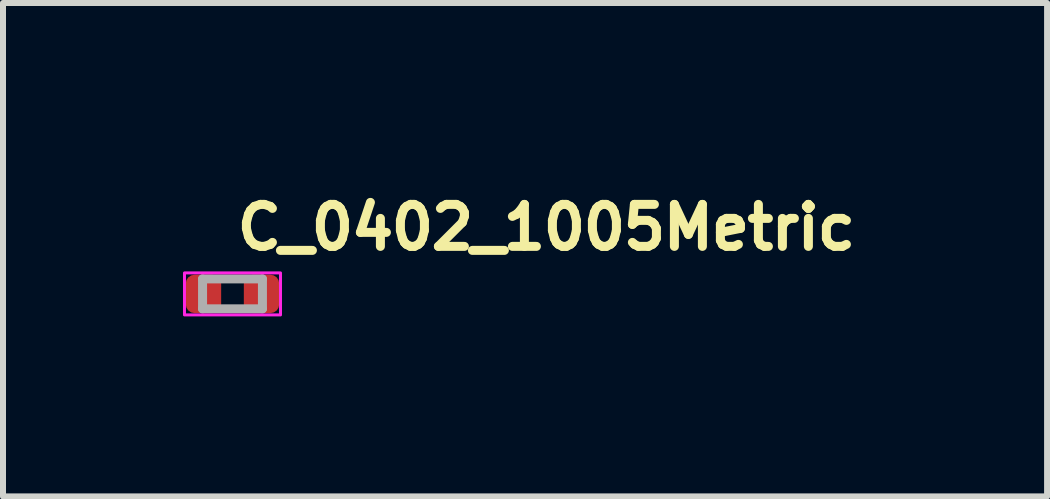
<source format=kicad_pcb>
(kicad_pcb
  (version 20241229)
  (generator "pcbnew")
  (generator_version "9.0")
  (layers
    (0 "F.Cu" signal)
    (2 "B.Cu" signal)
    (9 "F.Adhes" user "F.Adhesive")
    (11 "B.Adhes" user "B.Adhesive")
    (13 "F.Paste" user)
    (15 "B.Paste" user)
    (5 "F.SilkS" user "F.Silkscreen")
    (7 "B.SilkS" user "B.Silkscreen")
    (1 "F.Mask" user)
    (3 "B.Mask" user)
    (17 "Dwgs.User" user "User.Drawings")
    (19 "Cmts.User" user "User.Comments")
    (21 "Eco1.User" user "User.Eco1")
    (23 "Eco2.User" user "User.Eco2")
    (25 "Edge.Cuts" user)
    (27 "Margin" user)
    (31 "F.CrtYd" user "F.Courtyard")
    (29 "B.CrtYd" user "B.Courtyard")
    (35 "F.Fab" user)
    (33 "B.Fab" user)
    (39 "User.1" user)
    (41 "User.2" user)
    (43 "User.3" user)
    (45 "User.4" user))
  (footprint "C_0402_1005Metric"
    (layer "F.Cu")
    (at 0.825 1.849)
    (property "Reference" "C_0402_1005Metric" (at 0 -0.699 0) (layer "F.SilkS") (effects (font (size 0.7 0.7) (thickness 0.15)) (justify left bottom)))
    (attr smd)
    (fp_rect (start -0.8 -0.35) (end 0.8 0.35) (stroke (width 0.05) (type solid)) (fill no) (layer "F.CrtYd"))
    (fp_line (start -0.499 -0.25) (end 0.499 -0.25) (stroke (width 0.15) (type solid)) (layer "F.Fab"))
    (fp_line (start -0.499 0.248) (end -0.499 -0.25) (stroke (width 0.15) (type solid)) (layer "F.Fab"))
    (fp_line (start 0.499 -0.25) (end 0.499 0.248) (stroke (width 0.15) (type solid)) (layer "F.Fab"))
    (fp_line (start 0.499 0.248) (end -0.499 0.248) (stroke (width 0.15) (type solid)) (layer "F.Fab"))
    (fp_line (start -0.499 -0.244) (end -0.499 -0.243) (stroke (width 0.1) (type solid)) (layer "User.5"))
    (fp_line (start -0.499 -0.243) (end -0.499 -0.243) (stroke (width 0.1) (type solid)) (layer "User.5"))
    (fp_line (start -0.499 -0.243) (end -0.499 -0.242) (stroke (width 0.1) (type solid)) (layer "User.5"))
    (fp_line (start -0.499 -0.242) (end -0.499 -0.242) (stroke (width 0.1) (type solid)) (layer "User.5"))
    (fp_line (start -0.499 -0.242) (end -0.499 -0.242) (stroke (width 0.1) (type solid)) (layer "User.5"))
    (fp_line (start -0.499 -0.242) (end -0.499 -0.241) (stroke (width 0.1) (type solid)) (layer "User.5"))
    (fp_line (start -0.499 -0.241) (end -0.499 -0.241) (stroke (width 0.1) (type solid)) (layer "User.5"))
    (fp_line (start -0.499 -0.241) (end -0.499 -0.24) (stroke (width 0.1) (type solid)) (layer "User.5"))
    (fp_line (start -0.499 -0.24) (end -0.499 -0.238) (stroke (width 0.1) (type solid)) (layer "User.5"))
    (fp_line (start -0.499 -0.238) (end -0.499 -0.238) (stroke (width 0.1) (type solid)) (layer "User.5"))
    (fp_line (start -0.499 -0.238) (end -0.499 -0.238) (stroke (width 0.1) (type solid)) (layer "User.5"))
    (fp_line (start -0.499 -0.238) (end -0.499 -0.238) (stroke (width 0.1) (type solid)) (layer "User.5"))
    (fp_line (start -0.499 0.24) (end -0.499 -0.238) (stroke (width 0.1) (type solid)) (layer "User.5"))
    (fp_line (start -0.499 0.24) (end -0.499 0.24) (stroke (width 0.1) (type solid)) (layer "User.5"))
    (fp_line (start -0.499 0.24) (end -0.499 0.24) (stroke (width 0.1) (type solid)) (layer "User.5"))
    (fp_line (start -0.499 0.24) (end -0.499 0.24) (stroke (width 0.1) (type solid)) (layer "User.5"))
    (fp_line (start -0.499 0.24) (end -0.499 0.24) (stroke (width 0.1) (type solid)) (layer "User.5"))
    (fp_line (start -0.499 0.24) (end -0.499 0.24) (stroke (width 0.1) (type solid)) (layer "User.5"))
    (fp_line (start -0.499 0.24) (end -0.499 0.241) (stroke (width 0.1) (type solid)) (layer "User.5"))
    (fp_line (start -0.499 0.241) (end -0.499 0.241) (stroke (width 0.1) (type solid)) (layer "User.5"))
    (fp_line (start -0.499 0.241) (end -0.499 0.241) (stroke (width 0.1) (type solid)) (layer "User.5"))
    (fp_line (start -0.499 0.241) (end -0.499 0.242) (stroke (width 0.1) (type solid)) (layer "User.5"))
    (fp_line (start -0.499 0.242) (end -0.499 0.242) (stroke (width 0.1) (type solid)) (layer "User.5"))
    (fp_line (start -0.499 0.242) (end -0.499 0.243) (stroke (width 0.1) (type solid)) (layer "User.5"))
    (fp_line (start -0.499 0.243) (end -0.498 0.243) (stroke (width 0.1) (type solid)) (layer "User.5"))
    (fp_line (start -0.498 -0.245) (end -0.498 -0.245) (stroke (width 0.1) (type solid)) (layer "User.5"))
    (fp_line (start -0.498 -0.245) (end -0.498 -0.245) (stroke (width 0.1) (type solid)) (layer "User.5"))
    (fp_line (start -0.498 -0.245) (end -0.498 -0.244) (stroke (width 0.1) (type solid)) (layer "User.5"))
    (fp_line (start -0.498 -0.244) (end -0.499 -0.244) (stroke (width 0.1) (type solid)) (layer "User.5"))
    (fp_line (start -0.498 0.243) (end -0.498 0.244) (stroke (width 0.1) (type solid)) (layer "User.5"))
    (fp_line (start -0.498 0.244) (end -0.498 0.244) (stroke (width 0.1) (type solid)) (layer "User.5"))
    (fp_line (start -0.498 0.244) (end -0.498 0.244) (stroke (width 0.1) (type solid)) (layer "User.5"))
    (fp_line (start -0.498 0.244) (end -0.497 0.245) (stroke (width 0.1) (type solid)) (layer "User.5"))
    (fp_line (start -0.497 -0.247) (end -0.497 -0.246) (stroke (width 0.1) (type solid)) (layer "User.5"))
    (fp_line (start -0.497 -0.246) (end -0.498 -0.245) (stroke (width 0.1) (type solid)) (layer "User.5"))
    (fp_line (start -0.497 -0.246) (end -0.497 -0.246) (stroke (width 0.1) (type solid)) (layer "User.5"))
    (fp_line (start -0.497 0.245) (end -0.497 0.245) (stroke (width 0.1) (type solid)) (layer "User.5"))
    (fp_line (start -0.497 0.245) (end -0.497 0.246) (stroke (width 0.1) (type solid)) (layer "User.5"))
    (fp_line (start -0.497 0.246) (end -0.496 0.246) (stroke (width 0.1) (type solid)) (layer "User.5"))
    (fp_line (start -0.496 -0.247) (end -0.497 -0.247) (stroke (width 0.1) (type solid)) (layer "User.5"))
    (fp_line (start -0.496 -0.247) (end -0.496 -0.247) (stroke (width 0.1) (type solid)) (layer "User.5"))
    (fp_line (start -0.496 0.246) (end -0.496 0.246) (stroke (width 0.1) (type solid)) (layer "User.5"))
    (fp_line (start -0.496 0.246) (end -0.495 0.247) (stroke (width 0.1) (type solid)) (layer "User.5"))
    (fp_line (start -0.495 -0.248) (end -0.496 -0.247) (stroke (width 0.1) (type solid)) (layer "User.5"))
    (fp_line (start -0.495 -0.248) (end -0.495 -0.248) (stroke (width 0.1) (type solid)) (layer "User.5"))
    (fp_line (start -0.495 -0.248) (end -0.495 -0.248) (stroke (width 0.1) (type solid)) (layer "User.5"))
    (fp_line (start -0.495 0.247) (end -0.495 0.247) (stroke (width 0.1) (type solid)) (layer "User.5"))
    (fp_line (start -0.495 0.247) (end -0.495 0.247) (stroke (width 0.1) (type solid)) (layer "User.5"))
    (fp_line (start -0.495 0.247) (end -0.494 0.247) (stroke (width 0.1) (type solid)) (layer "User.5"))
    (fp_line (start -0.494 -0.249) (end -0.494 -0.248) (stroke (width 0.1) (type solid)) (layer "User.5"))
    (fp_line (start -0.494 -0.248) (end -0.495 -0.248) (stroke (width 0.1) (type solid)) (layer "User.5"))
    (fp_line (start -0.494 0.247) (end -0.494 0.248) (stroke (width 0.1) (type solid)) (layer "User.5"))
    (fp_line (start -0.494 0.248) (end -0.493 0.248) (stroke (width 0.1) (type solid)) (layer "User.5"))
    (fp_line (start -0.493 -0.249) (end -0.494 -0.249) (stroke (width 0.1) (type solid)) (layer "User.5"))
    (fp_line (start -0.493 -0.249) (end -0.493 -0.249) (stroke (width 0.1) (type solid)) (layer "User.5"))
    (fp_line (start -0.493 0.248) (end -0.493 0.248) (stroke (width 0.1) (type solid)) (layer "User.5"))
    (fp_line (start -0.493 0.248) (end -0.492 0.248) (stroke (width 0.1) (type solid)) (layer "User.5"))
    (fp_line (start -0.492 -0.249) (end -0.493 -0.249) (stroke (width 0.1) (type solid)) (layer "User.5"))
    (fp_line (start -0.492 -0.249) (end -0.492 -0.249) (stroke (width 0.1) (type solid)) (layer "User.5"))
    (fp_line (start -0.492 -0.249) (end -0.492 -0.249) (stroke (width 0.1) (type solid)) (layer "User.5"))
    (fp_line (start -0.492 0.248) (end -0.492 0.248) (stroke (width 0.1) (type solid)) (layer "User.5"))
    (fp_line (start -0.492 0.248) (end -0.492 0.248) (stroke (width 0.1) (type solid)) (layer "User.5"))
    (fp_line (start -0.492 0.248) (end -0.491 0.248) (stroke (width 0.1) (type solid)) (layer "User.5"))
    (fp_line (start -0.491 -0.249) (end -0.492 -0.249) (stroke (width 0.1) (type solid)) (layer "User.5"))
    (fp_line (start -0.491 -0.249) (end -0.491 -0.249) (stroke (width 0.1) (type solid)) (layer "User.5"))
    (fp_line (start -0.491 0.248) (end -0.491 0.248) (stroke (width 0.1) (type solid)) (layer "User.5"))
    (fp_line (start -0.491 0.248) (end -0.49 0.248) (stroke (width 0.1) (type solid)) (layer "User.5"))
    (fp_line (start -0.489 -0.249) (end -0.299 -0.249) (stroke (width 0.1) (type solid)) (layer "User.5"))
    (fp_line (start -0.299 -0.249) (end -0.299 -0.238) (stroke (width 0.1) (type solid)) (layer "User.5"))
    (fp_line (start -0.299 -0.238) (end -0.299 0.24) (stroke (width 0.1) (type solid)) (layer "User.5"))
    (fp_line (start -0.299 -0.238) (end 0.298 -0.238) (stroke (width 0.1) (type solid)) (layer "User.5"))
    (fp_line (start -0.299 0.24) (end -0.299 0.248) (stroke (width 0.1) (type solid)) (layer "User.5"))
    (fp_line (start -0.299 0.24) (end 0.298 0.24) (stroke (width 0.1) (type solid)) (layer "User.5"))
    (fp_line (start -0.299 0.248) (end -0.489 0.248) (stroke (width 0.1) (type solid)) (layer "User.5"))
    (fp_line (start 0.298 -0.249) (end 0.298 -0.238) (stroke (width 0.1) (type solid)) (layer "User.5"))
    (fp_line (start 0.298 -0.238) (end 0.298 0.24) (stroke (width 0.1) (type solid)) (layer "User.5"))
    (fp_line (start 0.298 0.24) (end 0.298 0.248) (stroke (width 0.1) (type solid)) (layer "User.5"))
    (fp_line (start 0.298 0.248) (end 0.488 0.248) (stroke (width 0.1) (type solid)) (layer "User.5"))
    (fp_line (start 0.488 -0.249) (end 0.298 -0.249) (stroke (width 0.1) (type solid)) (layer "User.5"))
    (fp_line (start 0.49 0.248) (end 0.491 0.248) (stroke (width 0.1) (type solid)) (layer "User.5"))
    (fp_line (start 0.491 -0.249) (end 0.49 -0.249) (stroke (width 0.1) (type solid)) (layer "User.5"))
    (fp_line (start 0.491 -0.249) (end 0.491 -0.249) (stroke (width 0.1) (type solid)) (layer "User.5"))
    (fp_line (start 0.491 -0.249) (end 0.491 -0.249) (stroke (width 0.1) (type solid)) (layer "User.5"))
    (fp_line (start 0.491 0.248) (end 0.491 0.248) (stroke (width 0.1) (type solid)) (layer "User.5"))
    (fp_line (start 0.491 0.248) (end 0.491 0.248) (stroke (width 0.1) (type solid)) (layer "User.5"))
    (fp_line (start 0.491 0.248) (end 0.492 0.248) (stroke (width 0.1) (type solid)) (layer "User.5"))
    (fp_line (start 0.492 -0.249) (end 0.491 -0.249) (stroke (width 0.1) (type solid)) (layer "User.5"))
    (fp_line (start 0.492 -0.249) (end 0.492 -0.249) (stroke (width 0.1) (type solid)) (layer "User.5"))
    (fp_line (start 0.492 0.248) (end 0.492 0.248) (stroke (width 0.1) (type solid)) (layer "User.5"))
    (fp_line (start 0.492 0.248) (end 0.493 0.248) (stroke (width 0.1) (type solid)) (layer "User.5"))
    (fp_line (start 0.493 -0.249) (end 0.492 -0.249) (stroke (width 0.1) (type solid)) (layer "User.5"))
    (fp_line (start 0.493 -0.248) (end 0.493 -0.249) (stroke (width 0.1) (type solid)) (layer "User.5"))
    (fp_line (start 0.493 0.247) (end 0.494 0.247) (stroke (width 0.1) (type solid)) (layer "User.5"))
    (fp_line (start 0.493 0.248) (end 0.493 0.247) (stroke (width 0.1) (type solid)) (layer "User.5"))
    (fp_line (start 0.494 -0.248) (end 0.493 -0.248) (stroke (width 0.1) (type solid)) (layer "User.5"))
    (fp_line (start 0.494 -0.248) (end 0.494 -0.248) (stroke (width 0.1) (type solid)) (layer "User.5"))
    (fp_line (start 0.494 -0.248) (end 0.494 -0.248) (stroke (width 0.1) (type solid)) (layer "User.5"))
    (fp_line (start 0.494 0.247) (end 0.494 0.247) (stroke (width 0.1) (type solid)) (layer "User.5"))
    (fp_line (start 0.494 0.247) (end 0.494 0.247) (stroke (width 0.1) (type solid)) (layer "User.5"))
    (fp_line (start 0.494 0.247) (end 0.495 0.246) (stroke (width 0.1) (type solid)) (layer "User.5"))
    (fp_line (start 0.495 -0.247) (end 0.494 -0.248) (stroke (width 0.1) (type solid)) (layer "User.5"))
    (fp_line (start 0.495 -0.247) (end 0.495 -0.247) (stroke (width 0.1) (type solid)) (layer "User.5"))
    (fp_line (start 0.495 0.246) (end 0.495 0.246) (stroke (width 0.1) (type solid)) (layer "User.5"))
    (fp_line (start 0.495 0.246) (end 0.496 0.246) (stroke (width 0.1) (type solid)) (layer "User.5"))
    (fp_line (start 0.496 -0.247) (end 0.495 -0.247) (stroke (width 0.1) (type solid)) (layer "User.5"))
    (fp_line (start 0.496 -0.246) (end 0.496 -0.247) (stroke (width 0.1) (type solid)) (layer "User.5"))
    (fp_line (start 0.496 -0.246) (end 0.496 -0.246) (stroke (width 0.1) (type solid)) (layer "User.5"))
    (fp_line (start 0.496 0.245) (end 0.496 0.245) (stroke (width 0.1) (type solid)) (layer "User.5"))
    (fp_line (start 0.496 0.245) (end 0.497 0.244) (stroke (width 0.1) (type solid)) (layer "User.5"))
    (fp_line (start 0.496 0.246) (end 0.496 0.245) (stroke (width 0.1) (type solid)) (layer "User.5"))
    (fp_line (start 0.497 -0.245) (end 0.496 -0.246) (stroke (width 0.1) (type solid)) (layer "User.5"))
    (fp_line (start 0.497 -0.245) (end 0.497 -0.245) (stroke (width 0.1) (type solid)) (layer "User.5"))
    (fp_line (start 0.497 -0.245) (end 0.497 -0.245) (stroke (width 0.1) (type solid)) (layer "User.5"))
    (fp_line (start 0.497 -0.244) (end 0.497 -0.245) (stroke (width 0.1) (type solid)) (layer "User.5"))
    (fp_line (start 0.497 0.243) (end 0.498 0.243) (stroke (width 0.1) (type solid)) (layer "User.5"))
    (fp_line (start 0.497 0.244) (end 0.497 0.243) (stroke (width 0.1) (type solid)) (layer "User.5"))
    (fp_line (start 0.497 0.244) (end 0.497 0.244) (stroke (width 0.1) (type solid)) (layer "User.5"))
    (fp_line (start 0.497 0.244) (end 0.497 0.244) (stroke (width 0.1) (type solid)) (layer "User.5"))
    (fp_line (start 0.498 -0.244) (end 0.497 -0.244) (stroke (width 0.1) (type solid)) (layer "User.5"))
    (fp_line (start 0.498 -0.243) (end 0.498 -0.244) (stroke (width 0.1) (type solid)) (layer "User.5"))
    (fp_line (start 0.498 -0.243) (end 0.498 -0.243) (stroke (width 0.1) (type solid)) (layer "User.5"))
    (fp_line (start 0.498 -0.242) (end 0.498 -0.243) (stroke (width 0.1) (type solid)) (layer "User.5"))
    (fp_line (start 0.498 -0.242) (end 0.498 -0.242) (stroke (width 0.1) (type solid)) (layer "User.5"))
    (fp_line (start 0.498 -0.242) (end 0.498 -0.242) (stroke (width 0.1) (type solid)) (layer "User.5"))
    (fp_line (start 0.498 -0.241) (end 0.498 -0.242) (stroke (width 0.1) (type solid)) (layer "User.5"))
    (fp_line (start 0.498 -0.241) (end 0.498 -0.241) (stroke (width 0.1) (type solid)) (layer "User.5"))
    (fp_line (start 0.498 -0.24) (end 0.498 -0.241) (stroke (width 0.1) (type solid)) (layer "User.5"))
    (fp_line (start 0.498 0.24) (end 0.498 -0.238) (stroke (width 0.1) (type solid)) (layer "User.5"))
    (fp_line (start 0.498 0.24) (end 0.498 0.24) (stroke (width 0.1) (type solid)) (layer "User.5"))
    (fp_line (start 0.498 0.241) (end 0.498 0.24) (stroke (width 0.1) (type solid)) (layer "User.5"))
    (fp_line (start 0.498 0.241) (end 0.498 0.241) (stroke (width 0.1) (type solid)) (layer "User.5"))
    (fp_line (start 0.498 0.241) (end 0.498 0.241) (stroke (width 0.1) (type solid)) (layer "User.5"))
    (fp_line (start 0.498 0.242) (end 0.498 0.241) (stroke (width 0.1) (type solid)) (layer "User.5"))
    (fp_line (start 0.498 0.242) (end 0.498 0.242) (stroke (width 0.1) (type solid)) (layer "User.5"))
    (fp_line (start 0.498 0.243) (end 0.498 0.242) (stroke (width 0.1) (type solid)) (layer "User.5"))
    (fp_line (start -0.499 -0.244) (end -0.499 -0.243) (stroke (width 0.02) (type solid)) (layer "User.9"))
    (fp_line (start -0.499 -0.243) (end -0.499 -0.243) (stroke (width 0.02) (type solid)) (layer "User.9"))
    (fp_line (start -0.499 -0.243) (end -0.499 -0.242) (stroke (width 0.02) (type solid)) (layer "User.9"))
    (fp_line (start -0.499 -0.242) (end -0.499 -0.242) (stroke (width 0.02) (type solid)) (layer "User.9"))
    (fp_line (start -0.499 -0.242) (end -0.499 -0.242) (stroke (width 0.02) (type solid)) (layer "User.9"))
    (fp_line (start -0.499 -0.242) (end -0.499 -0.241) (stroke (width 0.02) (type solid)) (layer "User.9"))
    (fp_line (start -0.499 -0.241) (end -0.499 -0.241) (stroke (width 0.02) (type solid)) (layer "User.9"))
    (fp_line (start -0.499 -0.241) (end -0.499 -0.24) (stroke (width 0.02) (type solid)) (layer "User.9"))
    (fp_line (start -0.499 -0.24) (end -0.499 -0.238) (stroke (width 0.02) (type solid)) (layer "User.9"))
    (fp_line (start -0.499 -0.238) (end -0.499 -0.238) (stroke (width 0.02) (type solid)) (layer "User.9"))
    (fp_line (start -0.499 -0.238) (end -0.499 -0.238) (stroke (width 0.02) (type solid)) (layer "User.9"))
    (fp_line (start -0.499 -0.238) (end -0.499 -0.238) (stroke (width 0.02) (type solid)) (layer "User.9"))
    (fp_line (start -0.499 -0.238) (end -0.499 -0.238) (stroke (width 0.02) (type solid)) (layer "User.9"))
    (fp_line (start -0.499 -0.238) (end -0.499 -0.238) (stroke (width 0.02) (type solid)) (layer "User.9"))
    (fp_line (start -0.499 -0.238) (end -0.499 -0.238) (stroke (width 0.02) (type solid)) (layer "User.9"))
    (fp_line (start -0.499 -0.238) (end -0.499 -0.238) (stroke (width 0.02) (type solid)) (layer "User.9"))
    (fp_line (start -0.499 -0.238) (end -0.499 -0.237) (stroke (width 0.02) (type solid)) (layer "User.9"))
    (fp_line (start -0.499 -0.237) (end -0.499 -0.237) (stroke (width 0.02) (type solid)) (layer "User.9"))
    (fp_line (start -0.499 -0.237) (end -0.499 -0.236) (stroke (width 0.02) (type solid)) (layer "User.9"))
    (fp_line (start -0.499 -0.236) (end -0.498 -0.236) (stroke (width 0.02) (type solid)) (layer "User.9"))
    (fp_line (start -0.499 0.235) (end -0.499 0.236) (stroke (width 0.02) (type solid)) (layer "User.9"))
    (fp_line (start -0.499 0.236) (end -0.499 0.236) (stroke (width 0.02) (type solid)) (layer "User.9"))
    (fp_line (start -0.499 0.236) (end -0.499 0.237) (stroke (width 0.02) (type solid)) (layer "User.9"))
    (fp_line (start -0.499 0.237) (end -0.499 0.237) (stroke (width 0.02) (type solid)) (layer "User.9"))
    (fp_line (start -0.499 0.237) (end -0.499 0.237) (stroke (width 0.02) (type solid)) (layer "User.9"))
    (fp_line (start -0.499 0.237) (end -0.499 0.238) (stroke (width 0.02) (type solid)) (layer "User.9"))
    (fp_line (start -0.499 0.238) (end -0.499 0.238) (stroke (width 0.02) (type solid)) (layer "User.9"))
    (fp_line (start -0.499 0.238) (end -0.499 0.24) (stroke (width 0.02) (type solid)) (layer "User.9"))
    (fp_line (start -0.499 0.24) (end -0.499 -0.238) (stroke (width 0.02) (type solid)) (layer "User.9"))
    (fp_line (start -0.499 0.24) (end -0.499 0.24) (stroke (width 0.02) (type solid)) (layer "User.9"))
    (fp_line (start -0.499 0.24) (end -0.499 0.24) (stroke (width 0.02) (type solid)) (layer "User.9"))
    (fp_line (start -0.499 0.24) (end -0.499 0.24) (stroke (width 0.02) (type solid)) (layer "User.9"))
    (fp_line (start -0.499 0.24) (end -0.499 0.24) (stroke (width 0.02) (type solid)) (layer "User.9"))
    (fp_line (start -0.499 0.24) (end -0.499 0.24) (stroke (width 0.02) (type solid)) (layer "User.9"))
    (fp_line (start -0.499 0.24) (end -0.499 0.241) (stroke (width 0.02) (type solid)) (layer "User.9"))
    (fp_line (start -0.499 0.241) (end -0.499 0.241) (stroke (width 0.02) (type solid)) (layer "User.9"))
    (fp_line (start -0.499 0.241) (end -0.499 0.241) (stroke (width 0.02) (type solid)) (layer "User.9"))
    (fp_line (start -0.499 0.241) (end -0.499 0.242) (stroke (width 0.02) (type solid)) (layer "User.9"))
    (fp_line (start -0.499 0.242) (end -0.499 0.242) (stroke (width 0.02) (type solid)) (layer "User.9"))
    (fp_line (start -0.499 0.242) (end -0.499 0.243) (stroke (width 0.02) (type solid)) (layer "User.9"))
    (fp_line (start -0.499 0.243) (end -0.498 0.243) (stroke (width 0.02) (type solid)) (layer "User.9"))
    (fp_line (start -0.498 -0.245) (end -0.498 -0.245) (stroke (width 0.02) (type solid)) (layer "User.9"))
    (fp_line (start -0.498 -0.245) (end -0.498 -0.245) (stroke (width 0.02) (type solid)) (layer "User.9"))
    (fp_line (start -0.498 -0.245) (end -0.498 -0.244) (stroke (width 0.02) (type solid)) (layer "User.9"))
    (fp_line (start -0.498 -0.244) (end -0.499 -0.244) (stroke (width 0.02) (type solid)) (layer "User.9"))
    (fp_line (start -0.498 -0.236) (end -0.498 -0.235) (stroke (width 0.02) (type solid)) (layer "User.9"))
    (fp_line (start -0.498 -0.235) (end -0.498 -0.235) (stroke (width 0.02) (type solid)) (layer "User.9"))
    (fp_line (start -0.498 -0.235) (end -0.498 -0.235) (stroke (width 0.02) (type solid)) (layer "User.9"))
    (fp_line (start -0.498 -0.235) (end -0.497 -0.234) (stroke (width 0.02) (type solid)) (layer "User.9"))
    (fp_line (start -0.498 0.234) (end -0.498 0.234) (stroke (width 0.02) (type solid)) (layer "User.9"))
    (fp_line (start -0.498 0.234) (end -0.498 0.234) (stroke (width 0.02) (type solid)) (layer "User.9"))
    (fp_line (start -0.498 0.234) (end -0.498 0.235) (stroke (width 0.02) (type solid)) (layer "User.9"))
    (fp_line (start -0.498 0.235) (end -0.499 0.235) (stroke (width 0.02) (type solid)) (layer "User.9"))
    (fp_line (start -0.498 0.243) (end -0.498 0.244) (stroke (width 0.02) (type solid)) (layer "User.9"))
    (fp_line (start -0.498 0.244) (end -0.498 0.244) (stroke (width 0.02) (type solid)) (layer "User.9"))
    (fp_line (start -0.498 0.244) (end -0.498 0.244) (stroke (width 0.02) (type solid)) (layer "User.9"))
    (fp_line (start -0.498 0.244) (end -0.497 0.245) (stroke (width 0.02) (type solid)) (layer "User.9"))
    (fp_line (start -0.497 -0.247) (end -0.497 -0.246) (stroke (width 0.02) (type solid)) (layer "User.9"))
    (fp_line (start -0.497 -0.246) (end -0.498 -0.245) (stroke (width 0.02) (type solid)) (layer "User.9"))
    (fp_line (start -0.497 -0.246) (end -0.497 -0.246) (stroke (width 0.02) (type solid)) (layer "User.9"))
    (fp_line (start -0.497 -0.234) (end -0.497 -0.234) (stroke (width 0.02) (type solid)) (layer "User.9"))
    (fp_line (start -0.497 -0.234) (end -0.497 -0.234) (stroke (width 0.02) (type solid)) (layer "User.9"))
    (fp_line (start -0.497 -0.234) (end -0.496 -0.234) (stroke (width 0.02) (type solid)) (layer "User.9"))
    (fp_line (start -0.497 0.233) (end -0.497 0.234) (stroke (width 0.02) (type solid)) (layer "User.9"))
    (fp_line (start -0.497 0.234) (end -0.498 0.234) (stroke (width 0.02) (type solid)) (layer "User.9"))
    (fp_line (start -0.497 0.234) (end -0.497 0.234) (stroke (width 0.02) (type solid)) (layer "User.9"))
    (fp_line (start -0.497 0.245) (end -0.497 0.245) (stroke (width 0.02) (type solid)) (layer "User.9"))
    (fp_line (start -0.497 0.245) (end -0.497 0.246) (stroke (width 0.02) (type solid)) (layer "User.9"))
    (fp_line (start -0.497 0.246) (end -0.496 0.246) (stroke (width 0.02) (type solid)) (layer "User.9"))
    (fp_line (start -0.496 -0.247) (end -0.497 -0.247) (stroke (width 0.02) (type solid)) (layer "User.9"))
    (fp_line (start -0.496 -0.247) (end -0.496 -0.247) (stroke (width 0.02) (type solid)) (layer "User.9"))
    (fp_line (start -0.496 -0.234) (end -0.496 -0.234) (stroke (width 0.02) (type solid)) (layer "User.9"))
    (fp_line (start -0.496 -0.234) (end -0.495 -0.233) (stroke (width 0.02) (type solid)) (layer "User.9"))
    (fp_line (start -0.496 0.233) (end -0.497 0.233) (stroke (width 0.02) (type solid)) (layer "User.9"))
    (fp_line (start -0.496 0.233) (end -0.496 0.233) (stroke (width 0.02) (type solid)) (layer "User.9"))
    (fp_line (start -0.496 0.246) (end -0.496 0.246) (stroke (width 0.02) (type solid)) (layer "User.9"))
    (fp_line (start -0.496 0.246) (end -0.495 0.247) (stroke (width 0.02) (type solid)) (layer "User.9"))
    (fp_line (start -0.495 -0.248) (end -0.496 -0.247) (stroke (width 0.02) (type solid)) (layer "User.9"))
    (fp_line (start -0.495 -0.248) (end -0.495 -0.248) (stroke (width 0.02) (type solid)) (layer "User.9"))
    (fp_line (start -0.495 -0.248) (end -0.495 -0.248) (stroke (width 0.02) (type solid)) (layer "User.9"))
    (fp_line (start -0.495 -0.233) (end -0.495 -0.233) (stroke (width 0.02) (type solid)) (layer "User.9"))
    (fp_line (start -0.495 -0.233) (end -0.495 -0.233) (stroke (width 0.02) (type solid)) (layer "User.9"))
    (fp_line (start -0.495 -0.233) (end -0.494 -0.233) (stroke (width 0.02) (type solid)) (layer "User.9"))
    (fp_line (start -0.495 0.232) (end -0.496 0.233) (stroke (width 0.02) (type solid)) (layer "User.9"))
    (fp_line (start -0.495 0.232) (end -0.495 0.232) (stroke (width 0.02) (type solid)) (layer "User.9"))
    (fp_line (start -0.495 0.232) (end -0.495 0.232) (stroke (width 0.02) (type solid)) (layer "User.9"))
    (fp_line (start -0.495 0.247) (end -0.495 0.247) (stroke (width 0.02) (type solid)) (layer "User.9"))
    (fp_line (start -0.495 0.247) (end -0.495 0.247) (stroke (width 0.02) (type solid)) (layer "User.9"))
    (fp_line (start -0.495 0.247) (end -0.494 0.247) (stroke (width 0.02) (type solid)) (layer "User.9"))
    (fp_line (start -0.494 -0.249) (end -0.494 -0.248) (stroke (width 0.02) (type solid)) (layer "User.9"))
    (fp_line (start -0.494 -0.248) (end -0.495 -0.248) (stroke (width 0.02) (type solid)) (layer "User.9"))
    (fp_line (start -0.494 -0.233) (end -0.494 -0.232) (stroke (width 0.02) (type solid)) (layer "User.9"))
    (fp_line (start -0.494 -0.232) (end -0.493 -0.232) (stroke (width 0.02) (type solid)) (layer "User.9"))
    (fp_line (start -0.494 0.231) (end -0.494 0.232) (stroke (width 0.02) (type solid)) (layer "User.9"))
    (fp_line (start -0.494 0.232) (end -0.495 0.232) (stroke (width 0.02) (type solid)) (layer "User.9"))
    (fp_line (start -0.494 0.247) (end -0.494 0.248) (stroke (width 0.02) (type solid)) (layer "User.9"))
    (fp_line (start -0.494 0.248) (end -0.493 0.248) (stroke (width 0.02) (type solid)) (layer "User.9"))
    (fp_line (start -0.493 -0.249) (end -0.494 -0.249) (stroke (width 0.02) (type solid)) (layer "User.9"))
    (fp_line (start -0.493 -0.249) (end -0.493 -0.249) (stroke (width 0.02) (type solid)) (layer "User.9"))
    (fp_line (start -0.493 -0.232) (end -0.493 -0.232) (stroke (width 0.02) (type solid)) (layer "User.9"))
    (fp_line (start -0.493 -0.232) (end -0.492 -0.232) (stroke (width 0.02) (type solid)) (layer "User.9"))
    (fp_line (start -0.493 0.231) (end -0.494 0.231) (stroke (width 0.02) (type solid)) (layer "User.9"))
    (fp_line (start -0.493 0.231) (end -0.493 0.231) (stroke (width 0.02) (type solid)) (layer "User.9"))
    (fp_line (start -0.493 0.248) (end -0.493 0.248) (stroke (width 0.02) (type solid)) (layer "User.9"))
    (fp_line (start -0.493 0.248) (end -0.492 0.248) (stroke (width 0.02) (type solid)) (layer "User.9"))
    (fp_line (start -0.492 -0.249) (end -0.493 -0.249) (stroke (width 0.02) (type solid)) (layer "User.9"))
    (fp_line (start -0.492 -0.249) (end -0.492 -0.249) (stroke (width 0.02) (type solid)) (layer "User.9"))
    (fp_line (start -0.492 -0.249) (end -0.492 -0.249) (stroke (width 0.02) (type solid)) (layer "User.9"))
    (fp_line (start -0.492 -0.232) (end -0.492 -0.232) (stroke (width 0.02) (type solid)) (layer "User.9"))
    (fp_line (start -0.492 -0.232) (end -0.492 -0.232) (stroke (width 0.02) (type solid)) (layer "User.9"))
    (fp_line (start -0.492 -0.232) (end -0.491 -0.232) (stroke (width 0.02) (type solid)) (layer "User.9"))
    (fp_line (start -0.492 0.231) (end -0.493 0.231) (stroke (width 0.02) (type solid)) (layer "User.9"))
    (fp_line (start -0.492 0.231) (end -0.492 0.231) (stroke (width 0.02) (type solid)) (layer "User.9"))
    (fp_line (start -0.492 0.231) (end -0.492 0.231) (stroke (width 0.02) (type solid)) (layer "User.9"))
    (fp_line (start -0.492 0.248) (end -0.492 0.248) (stroke (width 0.02) (type solid)) (layer "User.9"))
    (fp_line (start -0.492 0.248) (end -0.492 0.248) (stroke (width 0.02) (type solid)) (layer "User.9"))
    (fp_line (start -0.492 0.248) (end -0.491 0.248) (stroke (width 0.02) (type solid)) (layer "User.9"))
    (fp_line (start -0.491 -0.249) (end -0.492 -0.249) (stroke (width 0.02) (type solid)) (layer "User.9"))
    (fp_line (start -0.491 -0.249) (end -0.491 -0.249) (stroke (width 0.02) (type solid)) (layer "User.9"))
    (fp_line (start -0.491 -0.232) (end -0.491 -0.232) (stroke (width 0.02) (type solid)) (layer "User.9"))
    (fp_line (start -0.491 -0.232) (end -0.49 -0.232) (stroke (width 0.02) (type solid)) (layer "User.9"))
    (fp_line (start -0.491 0.231) (end -0.492 0.231) (stroke (width 0.02) (type solid)) (layer "User.9"))
    (fp_line (start -0.491 0.231) (end -0.491 0.231) (stroke (width 0.02) (type solid)) (layer "User.9"))
    (fp_line (start -0.491 0.248) (end -0.491 0.248) (stroke (width 0.02) (type solid)) (layer "User.9"))
    (fp_line (start -0.491 0.248) (end -0.49 0.248) (stroke (width 0.02) (type solid)) (layer "User.9"))
    (fp_line (start -0.49 -0.249) (end -0.491 -0.249) (stroke (width 0.02) (type solid)) (layer "User.9"))
    (fp_line (start -0.49 -0.232) (end -0.489 -0.232) (stroke (width 0.02) (type solid)) (layer "User.9"))
    (fp_line (start -0.49 0.231) (end -0.491 0.231) (stroke (width 0.02) (type solid)) (layer "User.9"))
    (fp_line (start -0.49 0.248) (end -0.489 0.248) (stroke (width 0.02) (type solid)) (layer "User.9"))
    (fp_line (start -0.489 -0.249) (end -0.49 -0.249) (stroke (width 0.02) (type solid)) (layer "User.9"))
    (fp_line (start -0.489 -0.249) (end -0.489 -0.249) (stroke (width 0.02) (type solid)) (layer "User.9"))
    (fp_line (start -0.489 -0.249) (end -0.489 -0.249) (stroke (width 0.02) (type solid)) (layer "User.9"))
    (fp_line (start -0.489 -0.249) (end -0.299 -0.249) (stroke (width 0.02) (type solid)) (layer "User.9"))
    (fp_line (start -0.489 -0.232) (end -0.489 -0.232) (stroke (width 0.02) (type solid)) (layer "User.9"))
    (fp_line (start -0.489 -0.232) (end -0.489 -0.232) (stroke (width 0.02) (type solid)) (layer "User.9"))
    (fp_line (start -0.489 -0.232) (end -0.488 -0.232) (stroke (width 0.02) (type solid)) (layer "User.9"))
    (fp_line (start -0.489 0.231) (end -0.49 0.231) (stroke (width 0.02) (type solid)) (layer "User.9"))
    (fp_line (start -0.489 0.231) (end -0.489 0.231) (stroke (width 0.02) (type solid)) (layer "User.9"))
    (fp_line (start -0.489 0.231) (end -0.489 0.231) (stroke (width 0.02) (type solid)) (layer "User.9"))
    (fp_line (start -0.489 0.248) (end -0.489 0.248) (stroke (width 0.02) (type solid)) (layer "User.9"))
    (fp_line (start -0.489 0.248) (end -0.489 0.248) (stroke (width 0.02) (type solid)) (layer "User.9"))
    (fp_line (start -0.489 0.248) (end -0.488 0.248) (stroke (width 0.02) (type solid)) (layer "User.9"))
    (fp_line (start -0.488 -0.249) (end -0.489 -0.249) (stroke (width 0.02) (type solid)) (layer "User.9"))
    (fp_line (start -0.488 -0.249) (end -0.488 -0.249) (stroke (width 0.02) (type solid)) (layer "User.9"))
    (fp_line (start -0.488 -0.232) (end -0.488 -0.232) (stroke (width 0.02) (type solid)) (layer "User.9"))
    (fp_line (start -0.488 -0.232) (end -0.487 -0.232) (stroke (width 0.02) (type solid)) (layer "User.9"))
    (fp_line (start -0.488 0.231) (end -0.489 0.231) (stroke (width 0.02) (type solid)) (layer "User.9"))
    (fp_line (start -0.488 0.231) (end -0.488 0.231) (stroke (width 0.02) (type solid)) (layer "User.9"))
    (fp_line (start -0.488 0.248) (end -0.488 0.248) (stroke (width 0.02) (type solid)) (layer "User.9"))
    (fp_line (start -0.488 0.248) (end -0.487 0.248) (stroke (width 0.02) (type solid)) (layer "User.9"))
    (fp_line (start -0.487 -0.249) (end -0.488 -0.249) (stroke (width 0.02) (type solid)) (layer "User.9"))
    (fp_line (start -0.487 -0.249) (end -0.487 -0.249) (stroke (width 0.02) (type solid)) (layer "User.9"))
    (fp_line (start -0.487 -0.249) (end -0.487 -0.249) (stroke (width 0.02) (type solid)) (layer "User.9"))
    (fp_line (start -0.487 -0.232) (end -0.487 -0.232) (stroke (width 0.02) (type solid)) (layer "User.9"))
    (fp_line (start -0.487 -0.232) (end -0.487 -0.232) (stroke (width 0.02) (type solid)) (layer "User.9"))
    (fp_line (start -0.487 -0.232) (end -0.486 -0.232) (stroke (width 0.02) (type solid)) (layer "User.9"))
    (fp_line (start -0.487 0.231) (end -0.488 0.231) (stroke (width 0.02) (type solid)) (layer "User.9"))
    (fp_line (start -0.487 0.231) (end -0.487 0.231) (stroke (width 0.02) (type solid)) (layer "User.9"))
    (fp_line (start -0.487 0.231) (end -0.487 0.231) (stroke (width 0.02) (type solid)) (layer "User.9"))
    (fp_line (start -0.487 0.248) (end -0.487 0.248) (stroke (width 0.02) (type solid)) (layer "User.9"))
    (fp_line (start -0.487 0.248) (end -0.487 0.248) (stroke (width 0.02) (type solid)) (layer "User.9"))
    (fp_line (start -0.487 0.248) (end -0.486 0.248) (stroke (width 0.02) (type solid)) (layer "User.9"))
    (fp_line (start -0.486 -0.249) (end -0.487 -0.249) (stroke (width 0.02) (type solid)) (layer "User.9"))
    (fp_line (start -0.486 -0.249) (end -0.486 -0.249) (stroke (width 0.02) (type solid)) (layer "User.9"))
    (fp_line (start -0.486 -0.232) (end -0.486 -0.232) (stroke (width 0.02) (type solid)) (layer "User.9"))
    (fp_line (start -0.486 -0.232) (end -0.485 -0.232) (stroke (width 0.02) (type solid)) (layer "User.9"))
    (fp_line (start -0.486 0.231) (end -0.487 0.231) (stroke (width 0.02) (type solid)) (layer "User.9"))
    (fp_line (start -0.486 0.231) (end -0.486 0.231) (stroke (width 0.02) (type solid)) (layer "User.9"))
    (fp_line (start -0.486 0.248) (end -0.486 0.248) (stroke (width 0.02) (type solid)) (layer "User.9"))
    (fp_line (start -0.486 0.248) (end -0.485 0.248) (stroke (width 0.02) (type solid)) (layer "User.9"))
    (fp_line (start -0.485 -0.249) (end -0.486 -0.249) (stroke (width 0.02) (type solid)) (layer "User.9"))
    (fp_line (start -0.485 -0.248) (end -0.485 -0.249) (stroke (width 0.02) (type solid)) (layer "User.9"))
    (fp_line (start -0.485 -0.233) (end -0.484 -0.233) (stroke (width 0.02) (type solid)) (layer "User.9"))
    (fp_line (start -0.485 -0.232) (end -0.485 -0.233) (stroke (width 0.02) (type solid)) (layer "User.9"))
    (fp_line (start -0.485 0.231) (end -0.486 0.231) (stroke (width 0.02) (type solid)) (layer "User.9"))
    (fp_line (start -0.485 0.232) (end -0.485 0.231) (stroke (width 0.02) (type solid)) (layer "User.9"))
    (fp_line (start -0.485 0.247) (end -0.484 0.247) (stroke (width 0.02) (type solid)) (layer "User.9"))
    (fp_line (start -0.485 0.248) (end -0.485 0.247) (stroke (width 0.02) (type solid)) (layer "User.9"))
    (fp_line (start -0.484 -0.248) (end -0.485 -0.248) (stroke (width 0.02) (type solid)) (layer "User.9"))
    (fp_line (start -0.484 -0.248) (end -0.484 -0.248) (stroke (width 0.02) (type solid)) (layer "User.9"))
    (fp_line (start -0.484 -0.248) (end -0.484 -0.248) (stroke (width 0.02) (type solid)) (layer "User.9"))
    (fp_line (start -0.484 -0.233) (end -0.484 -0.233) (stroke (width 0.02) (type solid)) (layer "User.9"))
    (fp_line (start -0.484 -0.233) (end -0.484 -0.233) (stroke (width 0.02) (type solid)) (layer "User.9"))
    (fp_line (start -0.484 -0.233) (end -0.483 -0.234) (stroke (width 0.02) (type solid)) (layer "User.9"))
    (fp_line (start -0.484 0.232) (end -0.485 0.232) (stroke (width 0.02) (type solid)) (layer "User.9"))
    (fp_line (start -0.484 0.232) (end -0.484 0.232) (stroke (width 0.02) (type solid)) (layer "User.9"))
    (fp_line (start -0.484 0.232) (end -0.484 0.232) (stroke (width 0.02) (type solid)) (layer "User.9"))
    (fp_line (start -0.484 0.247) (end -0.484 0.247) (stroke (width 0.02) (type solid)) (layer "User.9"))
    (fp_line (start -0.484 0.247) (end -0.484 0.247) (stroke (width 0.02) (type solid)) (layer "User.9"))
    (fp_line (start -0.484 0.247) (end -0.483 0.246) (stroke (width 0.02) (type solid)) (layer "User.9"))
    (fp_line (start -0.483 -0.247) (end -0.484 -0.248) (stroke (width 0.02) (type solid)) (layer "User.9"))
    (fp_line (start -0.483 -0.247) (end -0.483 -0.247) (stroke (width 0.02) (type solid)) (layer "User.9"))
    (fp_line (start -0.483 -0.234) (end -0.483 -0.234) (stroke (width 0.02) (type solid)) (layer "User.9"))
    (fp_line (start -0.483 -0.234) (end -0.482 -0.234) (stroke (width 0.02) (type solid)) (layer "User.9"))
    (fp_line (start -0.483 0.233) (end -0.484 0.232) (stroke (width 0.02) (type solid)) (layer "User.9"))
    (fp_line (start -0.483 0.233) (end -0.483 0.233) (stroke (width 0.02) (type solid)) (layer "User.9"))
    (fp_line (start -0.483 0.246) (end -0.483 0.246) (stroke (width 0.02) (type solid)) (layer "User.9"))
    (fp_line (start -0.483 0.246) (end -0.482 0.246) (stroke (width 0.02) (type solid)) (layer "User.9"))
    (fp_line (start -0.482 -0.247) (end -0.483 -0.247) (stroke (width 0.02) (type solid)) (layer "User.9"))
    (fp_line (start -0.482 -0.246) (end -0.482 -0.247) (stroke (width 0.02) (type solid)) (layer "User.9"))
    (fp_line (start -0.482 -0.246) (end -0.482 -0.246) (stroke (width 0.02) (type solid)) (layer "User.9"))
    (fp_line (start -0.482 -0.234) (end -0.482 -0.234) (stroke (width 0.02) (type solid)) (layer "User.9"))
    (fp_line (start -0.482 -0.234) (end -0.482 -0.234) (stroke (width 0.02) (type solid)) (layer "User.9"))
    (fp_line (start -0.482 -0.234) (end -0.481 -0.235) (stroke (width 0.02) (type solid)) (layer "User.9"))
    (fp_line (start -0.482 0.233) (end -0.483 0.233) (stroke (width 0.02) (type solid)) (layer "User.9"))
    (fp_line (start -0.482 0.234) (end -0.482 0.233) (stroke (width 0.02) (type solid)) (layer "User.9"))
    (fp_line (start -0.482 0.234) (end -0.482 0.234) (stroke (width 0.02) (type solid)) (layer "User.9"))
    (fp_line (start -0.482 0.245) (end -0.482 0.245) (stroke (width 0.02) (type solid)) (layer "User.9"))
    (fp_line (start -0.482 0.245) (end -0.481 0.244) (stroke (width 0.02) (type solid)) (layer "User.9"))
    (fp_line (start -0.482 0.246) (end -0.482 0.245) (stroke (width 0.02) (type solid)) (layer "User.9"))
    (fp_line (start -0.481 -0.245) (end -0.482 -0.246) (stroke (width 0.02) (type solid)) (layer "User.9"))
    (fp_line (start -0.481 -0.245) (end -0.481 -0.245) (stroke (width 0.02) (type solid)) (layer "User.9"))
    (fp_line (start -0.481 -0.245) (end -0.481 -0.245) (stroke (width 0.02) (type solid)) (layer "User.9"))
    (fp_line (start -0.481 -0.244) (end -0.481 -0.245) (stroke (width 0.02) (type solid)) (layer "User.9"))
    (fp_line (start -0.481 -0.236) (end -0.48 -0.236) (stroke (width 0.02) (type solid)) (layer "User.9"))
    (fp_line (start -0.481 -0.235) (end -0.481 -0.236) (stroke (width 0.02) (type solid)) (layer "User.9"))
    (fp_line (start -0.481 -0.235) (end -0.481 -0.235) (stroke (width 0.02) (type solid)) (layer "User.9"))
    (fp_line (start -0.481 -0.235) (end -0.481 -0.235) (stroke (width 0.02) (type solid)) (layer "User.9"))
    (fp_line (start -0.481 0.234) (end -0.482 0.234) (stroke (width 0.02) (type solid)) (layer "User.9"))
    (fp_line (start -0.481 0.234) (end -0.481 0.234) (stroke (width 0.02) (type solid)) (layer "User.9"))
    (fp_line (start -0.481 0.234) (end -0.481 0.234) (stroke (width 0.02) (type solid)) (layer "User.9"))
    (fp_line (start -0.481 0.235) (end -0.481 0.234) (stroke (width 0.02) (type solid)) (layer "User.9"))
    (fp_line (start -0.481 0.243) (end -0.48 0.243) (stroke (width 0.02) (type solid)) (layer "User.9"))
    (fp_line (start -0.481 0.244) (end -0.481 0.243) (stroke (width 0.02) (type solid)) (layer "User.9"))
    (fp_line (start -0.481 0.244) (end -0.481 0.244) (stroke (width 0.02) (type solid)) (layer "User.9"))
    (fp_line (start -0.481 0.244) (end -0.481 0.244) (stroke (width 0.02) (type solid)) (layer "User.9"))
    (fp_line (start -0.48 -0.244) (end -0.481 -0.244) (stroke (width 0.02) (type solid)) (layer "User.9"))
    (fp_line (start -0.48 -0.243) (end -0.48 -0.244) (stroke (width 0.02) (type solid)) (layer "User.9"))
    (fp_line (start -0.48 -0.243) (end -0.48 -0.243) (stroke (width 0.02) (type solid)) (layer "User.9"))
    (fp_line (start -0.48 -0.242) (end -0.48 -0.243) (stroke (width 0.02) (type solid)) (layer "User.9"))
    (fp_line (start -0.48 -0.242) (end -0.48 -0.242) (stroke (width 0.02) (type solid)) (layer "User.9"))
    (fp_line (start -0.48 -0.242) (end -0.48 -0.242) (stroke (width 0.02) (type solid)) (layer "User.9"))
    (fp_line (start -0.48 -0.241) (end -0.48 -0.242) (stroke (width 0.02) (type solid)) (layer "User.9"))
    (fp_line (start -0.48 -0.241) (end -0.48 -0.241) (stroke (width 0.02) (type solid)) (layer "User.9"))
    (fp_line (start -0.48 -0.24) (end -0.48 -0.241) (stroke (width 0.02) (type solid)) (layer "User.9"))
    (fp_line (start -0.48 -0.238) (end -0.48 -0.238) (stroke (width 0.02) (type solid)) (layer "User.9"))
    (fp_line (start -0.48 -0.238) (end -0.48 -0.238) (stroke (width 0.02) (type solid)) (layer "User.9"))
    (fp_line (start -0.48 -0.238) (end -0.48 -0.238) (stroke (width 0.02) (type solid)) (layer "User.9"))
    (fp_line (start -0.48 -0.238) (end -0.48 -0.238) (stroke (width 0.02) (type solid)) (layer "User.9"))
    (fp_line (start -0.48 -0.238) (end -0.48 -0.238) (stroke (width 0.02) (type solid)) (layer "User.9"))
    (fp_line (start -0.48 -0.238) (end -0.478 -0.238) (stroke (width 0.02) (type solid)) (layer "User.9"))
    (fp_line (start -0.48 -0.237) (end -0.48 -0.238) (stroke (width 0.02) (type solid)) (layer "User.9"))
    (fp_line (start -0.48 -0.237) (end -0.48 -0.237) (stroke (width 0.02) (type solid)) (layer "User.9"))
    (fp_line (start -0.48 -0.236) (end -0.48 -0.237) (stroke (width 0.02) (type solid)) (layer "User.9"))
    (fp_line (start -0.48 0.235) (end -0.481 0.235) (stroke (width 0.02) (type solid)) (layer "User.9"))
    (fp_line (start -0.48 0.236) (end -0.48 0.235) (stroke (width 0.02) (type solid)) (layer "User.9"))
    (fp_line (start -0.48 0.236) (end -0.48 0.236) (stroke (width 0.02) (type solid)) (layer "User.9"))
    (fp_line (start -0.48 0.237) (end -0.48 0.236) (stroke (width 0.02) (type solid)) (layer "User.9"))
    (fp_line (start -0.48 0.237) (end -0.48 0.237) (stroke (width 0.02) (type solid)) (layer "User.9"))
    (fp_line (start -0.48 0.237) (end -0.48 0.237) (stroke (width 0.02) (type solid)) (layer "User.9"))
    (fp_line (start -0.48 0.238) (end -0.48 0.237) (stroke (width 0.02) (type solid)) (layer "User.9"))
    (fp_line (start -0.48 0.238) (end -0.48 0.238) (stroke (width 0.02) (type solid)) (layer "User.9"))
    (fp_line (start -0.48 0.24) (end -0.48 0.238) (stroke (width 0.02) (type solid)) (layer "User.9"))
    (fp_line (start -0.48 0.24) (end -0.48 0.24) (stroke (width 0.02) (type solid)) (layer "User.9"))
    (fp_line (start -0.48 0.24) (end -0.48 0.24) (stroke (width 0.02) (type solid)) (layer "User.9"))
    (fp_line (start -0.48 0.24) (end -0.478 0.24) (stroke (width 0.02) (type solid)) (layer "User.9"))
    (fp_line (start -0.48 0.241) (end -0.48 0.24) (stroke (width 0.02) (type solid)) (layer "User.9"))
    (fp_line (start -0.48 0.241) (end -0.48 0.241) (stroke (width 0.02) (type solid)) (layer "User.9"))
    (fp_line (start -0.48 0.241) (end -0.48 0.241) (stroke (width 0.02) (type solid)) (layer "User.9"))
    (fp_line (start -0.48 0.242) (end -0.48 0.241) (stroke (width 0.02) (type solid)) (layer "User.9"))
    (fp_line (start -0.48 0.242) (end -0.48 0.242) (stroke (width 0.02) (type solid)) (layer "User.9"))
    (fp_line (start -0.48 0.243) (end -0.48 0.242) (stroke (width 0.02) (type solid)) (layer "User.9"))
    (fp_line (start -0.478 -0.238) (end -0.48 -0.24) (stroke (width 0.02) (type solid)) (layer "User.9"))
    (fp_line (start -0.478 -0.238) (end -0.478 -0.238) (stroke (width 0.02) (type solid)) (layer "User.9"))
    (fp_line (start -0.478 -0.238) (end -0.478 -0.238) (stroke (width 0.02) (type solid)) (layer "User.9"))
    (fp_line (start -0.478 0.24) (end -0.48 0.24) (stroke (width 0.02) (type solid)) (layer "User.9"))
    (fp_line (start -0.478 0.24) (end -0.478 0.24) (stroke (width 0.02) (type solid)) (layer "User.9"))
    (fp_line (start -0.478 0.24) (end -0.478 0.24) (stroke (width 0.02) (type solid)) (layer "User.9"))
    (fp_line (start -0.299 -0.249) (end -0.299 -0.238) (stroke (width 0.02) (type solid)) (layer "User.9"))
    (fp_line (start -0.299 -0.238) (end -0.299 0.24) (stroke (width 0.02) (type solid)) (layer "User.9"))
    (fp_line (start -0.299 -0.238) (end 0.298 -0.238) (stroke (width 0.02) (type solid)) (layer "User.9"))
    (fp_line (start -0.299 0.24) (end -0.299 0.248) (stroke (width 0.02) (type solid)) (layer "User.9"))
    (fp_line (start -0.299 0.24) (end 0.298 0.24) (stroke (width 0.02) (type solid)) (layer "User.9"))
    (fp_line (start -0.299 0.248) (end -0.489 0.248) (stroke (width 0.02) (type solid)) (layer "User.9"))
    (fp_line (start 0.298 -0.249) (end 0.298 -0.238) (stroke (width 0.02) (type solid)) (layer "User.9"))
    (fp_line (start 0.298 -0.238) (end 0.298 0.24) (stroke (width 0.02) (type solid)) (layer "User.9"))
    (fp_line (start 0.298 0.24) (end 0.298 0.248) (stroke (width 0.02) (type solid)) (layer "User.9"))
    (fp_line (start 0.298 0.248) (end 0.488 0.248) (stroke (width 0.02) (type solid)) (layer "User.9"))
    (fp_line (start 0.48 -0.245) (end 0.48 -0.245) (stroke (width 0.02) (type solid)) (layer "User.9"))
    (fp_line (start 0.48 -0.245) (end 0.48 -0.245) (stroke (width 0.02) (type solid)) (layer "User.9"))
    (fp_line (start 0.48 -0.245) (end 0.48 -0.244) (stroke (width 0.02) (type solid)) (layer "User.9"))
    (fp_line (start 0.48 -0.244) (end 0.48 -0.244) (stroke (width 0.02) (type solid)) (layer "User.9"))
    (fp_line (start 0.48 -0.244) (end 0.48 -0.243) (stroke (width 0.02) (type solid)) (layer "User.9"))
    (fp_line (start 0.48 -0.243) (end 0.48 -0.243) (stroke (width 0.02) (type solid)) (layer "User.9"))
    (fp_line (start 0.48 -0.243) (end 0.48 -0.242) (stroke (width 0.02) (type solid)) (layer "User.9"))
    (fp_line (start 0.48 -0.242) (end 0.48 -0.242) (stroke (width 0.02) (type solid)) (layer "User.9"))
    (fp_line (start 0.48 -0.242) (end 0.48 -0.242) (stroke (width 0.02) (type solid)) (layer "User.9"))
    (fp_line (start 0.48 -0.242) (end 0.48 -0.241) (stroke (width 0.02) (type solid)) (layer "User.9"))
    (fp_line (start 0.48 -0.241) (end 0.48 -0.241) (stroke (width 0.02) (type solid)) (layer "User.9"))
    (fp_line (start 0.48 -0.241) (end 0.48 -0.24) (stroke (width 0.02) (type solid)) (layer "User.9"))
    (fp_line (start 0.48 -0.24) (end 0.48 -0.238) (stroke (width 0.02) (type solid)) (layer "User.9"))
    (fp_line (start 0.48 -0.238) (end 0.48 -0.238) (stroke (width 0.02) (type solid)) (layer "User.9"))
    (fp_line (start 0.48 -0.238) (end 0.48 -0.238) (stroke (width 0.02) (type solid)) (layer "User.9"))
    (fp_line (start 0.48 -0.238) (end 0.48 -0.238) (stroke (width 0.02) (type solid)) (layer "User.9"))
    (fp_line (start 0.48 -0.238) (end 0.48 -0.238) (stroke (width 0.02) (type solid)) (layer "User.9"))
    (fp_line (start 0.48 -0.238) (end 0.48 -0.238) (stroke (width 0.02) (type solid)) (layer "User.9"))
    (fp_line (start 0.48 -0.238) (end 0.48 -0.238) (stroke (width 0.02) (type solid)) (layer "User.9"))
    (fp_line (start 0.48 -0.238) (end 0.48 -0.238) (stroke (width 0.02) (type solid)) (layer "User.9"))
    (fp_line (start 0.48 -0.238) (end 0.48 -0.237) (stroke (width 0.02) (type solid)) (layer "User.9"))
    (fp_line (start 0.48 -0.237) (end 0.48 -0.237) (stroke (width 0.02) (type solid)) (layer "User.9"))
    (fp_line (start 0.48 -0.237) (end 0.48 -0.236) (stroke (width 0.02) (type solid)) (layer "User.9"))
    (fp_line (start 0.48 -0.236) (end 0.48 -0.236) (stroke (width 0.02) (type solid)) (layer "User.9"))
    (fp_line (start 0.48 -0.236) (end 0.48 -0.235) (stroke (width 0.02) (type solid)) (layer "User.9"))
    (fp_line (start 0.48 -0.235) (end 0.48 -0.235) (stroke (width 0.02) (type solid)) (layer "User.9"))
    (fp_line (start 0.48 -0.235) (end 0.48 -0.235) (stroke (width 0.02) (type solid)) (layer "User.9"))
    (fp_line (start 0.48 -0.235) (end 0.481 -0.234) (stroke (width 0.02) (type solid)) (layer "User.9"))
    (fp_line (start 0.48 0.234) (end 0.48 0.234) (stroke (width 0.02) (type solid)) (layer "User.9"))
    (fp_line (start 0.48 0.234) (end 0.48 0.234) (stroke (width 0.02) (type solid)) (layer "User.9"))
    (fp_line (start 0.48 0.234) (end 0.48 0.235) (stroke (width 0.02) (type solid)) (layer "User.9"))
    (fp_line (start 0.48 0.235) (end 0.48 0.235) (stroke (width 0.02) (type solid)) (layer "User.9"))
    (fp_line (start 0.48 0.235) (end 0.48 0.236) (stroke (width 0.02) (type solid)) (layer "User.9"))
    (fp_line (start 0.48 0.236) (end 0.48 0.236) (stroke (width 0.02) (type solid)) (layer "User.9"))
    (fp_line (start 0.48 0.236) (end 0.48 0.237) (stroke (width 0.02) (type solid)) (layer "User.9"))
    (fp_line (start 0.48 0.237) (end 0.48 0.237) (stroke (width 0.02) (type solid)) (layer "User.9"))
    (fp_line (start 0.48 0.237) (end 0.48 0.237) (stroke (width 0.02) (type solid)) (layer "User.9"))
    (fp_line (start 0.48 0.237) (end 0.48 0.238) (stroke (width 0.02) (type solid)) (layer "User.9"))
    (fp_line (start 0.48 0.238) (end 0.48 0.238) (stroke (width 0.02) (type solid)) (layer "User.9"))
    (fp_line (start 0.48 0.238) (end 0.48 0.24) (stroke (width 0.02) (type solid)) (layer "User.9"))
    (fp_line (start 0.48 0.24) (end 0.48 0.24) (stroke (width 0.02) (type solid)) (layer "User.9"))
    (fp_line (start 0.48 0.24) (end 0.48 0.24) (stroke (width 0.02) (type solid)) (layer "User.9"))
    (fp_line (start 0.48 0.24) (end 0.48 0.24) (stroke (width 0.02) (type solid)) (layer "User.9"))
    (fp_line (start 0.48 0.24) (end 0.48 0.24) (stroke (width 0.02) (type solid)) (layer "User.9"))
    (fp_line (start 0.48 0.24) (end 0.48 0.24) (stroke (width 0.02) (type solid)) (layer "User.9"))
    (fp_line (start 0.48 0.24) (end 0.48 0.241) (stroke (width 0.02) (type solid)) (layer "User.9"))
    (fp_line (start 0.48 0.241) (end 0.48 0.241) (stroke (width 0.02) (type solid)) (layer "User.9"))
    (fp_line (start 0.48 0.241) (end 0.48 0.241) (stroke (width 0.02) (type solid)) (layer "User.9"))
    (fp_line (start 0.48 0.241) (end 0.48 0.242) (stroke (width 0.02) (type solid)) (layer "User.9"))
    (fp_line (start 0.48 0.242) (end 0.48 0.242) (stroke (width 0.02) (type solid)) (layer "User.9"))
    (fp_line (start 0.48 0.242) (end 0.48 0.243) (stroke (width 0.02) (type solid)) (layer "User.9"))
    (fp_line (start 0.48 0.243) (end 0.48 0.243) (stroke (width 0.02) (type solid)) (layer "User.9"))
    (fp_line (start 0.48 0.243) (end 0.48 0.244) (stroke (width 0.02) (type solid)) (layer "User.9"))
    (fp_line (start 0.48 0.244) (end 0.48 0.244) (stroke (width 0.02) (type solid)) (layer "User.9"))
    (fp_line (start 0.48 0.244) (end 0.48 0.244) (stroke (width 0.02) (type solid)) (layer "User.9"))
    (fp_line (start 0.48 0.244) (end 0.481 0.245) (stroke (width 0.02) (type solid)) (layer "User.9"))
    (fp_line (start 0.481 -0.247) (end 0.481 -0.246) (stroke (width 0.02) (type solid)) (layer "User.9"))
    (fp_line (start 0.481 -0.246) (end 0.48 -0.245) (stroke (width 0.02) (type solid)) (layer "User.9"))
    (fp_line (start 0.481 -0.246) (end 0.481 -0.246) (stroke (width 0.02) (type solid)) (layer "User.9"))
    (fp_line (start 0.481 -0.234) (end 0.481 -0.234) (stroke (width 0.02) (type solid)) (layer "User.9"))
    (fp_line (start 0.481 -0.234) (end 0.481 -0.234) (stroke (width 0.02) (type solid)) (layer "User.9"))
    (fp_line (start 0.481 -0.234) (end 0.482 -0.234) (stroke (width 0.02) (type solid)) (layer "User.9"))
    (fp_line (start 0.481 0.233) (end 0.481 0.234) (stroke (width 0.02) (type solid)) (layer "User.9"))
    (fp_line (start 0.481 0.234) (end 0.48 0.234) (stroke (width 0.02) (type solid)) (layer "User.9"))
    (fp_line (start 0.481 0.234) (end 0.481 0.234) (stroke (width 0.02) (type solid)) (layer "User.9"))
    (fp_line (start 0.481 0.245) (end 0.481 0.245) (stroke (width 0.02) (type solid)) (layer "User.9"))
    (fp_line (start 0.481 0.245) (end 0.481 0.246) (stroke (width 0.02) (type solid)) (layer "User.9"))
    (fp_line (start 0.481 0.246) (end 0.482 0.246) (stroke (width 0.02) (type solid)) (layer "User.9"))
    (fp_line (start 0.482 -0.247) (end 0.481 -0.247) (stroke (width 0.02) (type solid)) (layer "User.9"))
    (fp_line (start 0.482 -0.247) (end 0.482 -0.247) (stroke (width 0.02) (type solid)) (layer "User.9"))
    (fp_line (start 0.482 -0.234) (end 0.482 -0.234) (stroke (width 0.02) (type solid)) (layer "User.9"))
    (fp_line (start 0.482 -0.234) (end 0.483 -0.233) (stroke (width 0.02) (type solid)) (layer "User.9"))
    (fp_line (start 0.482 0.233) (end 0.481 0.233) (stroke (width 0.02) (type solid)) (layer "User.9"))
    (fp_line (start 0.482 0.233) (end 0.482 0.233) (stroke (width 0.02) (type solid)) (layer "User.9"))
    (fp_line (start 0.482 0.246) (end 0.482 0.246) (stroke (width 0.02) (type solid)) (layer "User.9"))
    (fp_line (start 0.482 0.246) (end 0.483 0.247) (stroke (width 0.02) (type solid)) (layer "User.9"))
    (fp_line (start 0.483 -0.248) (end 0.482 -0.247) (stroke (width 0.02) (type solid)) (layer "User.9"))
    (fp_line (start 0.483 -0.248) (end 0.483 -0.248) (stroke (width 0.02) (type solid)) (layer "User.9"))
    (fp_line (start 0.483 -0.248) (end 0.483 -0.248) (stroke (width 0.02) (type solid)) (layer "User.9"))
    (fp_line (start 0.483 -0.233) (end 0.483 -0.233) (stroke (width 0.02) (type solid)) (layer "User.9"))
    (fp_line (start 0.483 -0.233) (end 0.483 -0.233) (stroke (width 0.02) (type solid)) (layer "User.9"))
    (fp_line (start 0.483 -0.233) (end 0.484 -0.233) (stroke (width 0.02) (type solid)) (layer "User.9"))
    (fp_line (start 0.483 0.232) (end 0.482 0.233) (stroke (width 0.02) (type solid)) (layer "User.9"))
    (fp_line (start 0.483 0.232) (end 0.483 0.232) (stroke (width 0.02) (type solid)) (layer "User.9"))
    (fp_line (start 0.483 0.232) (end 0.483 0.232) (stroke (width 0.02) (type solid)) (layer "User.9"))
    (fp_line (start 0.483 0.247) (end 0.483 0.247) (stroke (width 0.02) (type solid)) (layer "User.9"))
    (fp_line (start 0.483 0.247) (end 0.483 0.247) (stroke (width 0.02) (type solid)) (layer "User.9"))
    (fp_line (start 0.483 0.247) (end 0.484 0.247) (stroke (width 0.02) (type solid)) (layer "User.9"))
    (fp_line (start 0.484 -0.249) (end 0.484 -0.248) (stroke (width 0.02) (type solid)) (layer "User.9"))
    (fp_line (start 0.484 -0.248) (end 0.483 -0.248) (stroke (width 0.02) (type solid)) (layer "User.9"))
    (fp_line (start 0.484 -0.233) (end 0.484 -0.232) (stroke (width 0.02) (type solid)) (layer "User.9"))
    (fp_line (start 0.484 -0.232) (end 0.485 -0.232) (stroke (width 0.02) (type solid)) (layer "User.9"))
    (fp_line (start 0.484 0.231) (end 0.484 0.232) (stroke (width 0.02) (type solid)) (layer "User.9"))
    (fp_line (start 0.484 0.232) (end 0.483 0.232) (stroke (width 0.02) (type solid)) (layer "User.9"))
    (fp_line (start 0.484 0.247) (end 0.484 0.248) (stroke (width 0.02) (type solid)) (layer "User.9"))
    (fp_line (start 0.484 0.248) (end 0.485 0.248) (stroke (width 0.02) (type solid)) (layer "User.9"))
    (fp_line (start 0.485 -0.249) (end 0.484 -0.249) (stroke (width 0.02) (type solid)) (layer "User.9"))
    (fp_line (start 0.485 -0.249) (end 0.485 -0.249) (stroke (width 0.02) (type solid)) (layer "User.9"))
    (fp_line (start 0.485 -0.232) (end 0.485 -0.232) (stroke (width 0.02) (type solid)) (layer "User.9"))
    (fp_line (start 0.485 -0.232) (end 0.486 -0.232) (stroke (width 0.02) (type solid)) (layer "User.9"))
    (fp_line (start 0.485 0.231) (end 0.484 0.231) (stroke (width 0.02) (type solid)) (layer "User.9"))
    (fp_line (start 0.485 0.231) (end 0.485 0.231) (stroke (width 0.02) (type solid)) (layer "User.9"))
    (fp_line (start 0.485 0.248) (end 0.485 0.248) (stroke (width 0.02) (type solid)) (layer "User.9"))
    (fp_line (start 0.485 0.248) (end 0.486 0.248) (stroke (width 0.02) (type solid)) (layer "User.9"))
    (fp_line (start 0.486 -0.249) (end 0.485 -0.249) (stroke (width 0.02) (type solid)) (layer "User.9"))
    (fp_line (start 0.486 -0.249) (end 0.486 -0.249) (stroke (width 0.02) (type solid)) (layer "User.9"))
    (fp_line (start 0.486 -0.249) (end 0.486 -0.249) (stroke (width 0.02) (type solid)) (layer "User.9"))
    (fp_line (start 0.486 -0.232) (end 0.486 -0.232) (stroke (width 0.02) (type solid)) (layer "User.9"))
    (fp_line (start 0.486 -0.232) (end 0.486 -0.232) (stroke (width 0.02) (type solid)) (layer "User.9"))
    (fp_line (start 0.486 -0.232) (end 0.487 -0.232) (stroke (width 0.02) (type solid)) (layer "User.9"))
    (fp_line (start 0.486 0.231) (end 0.485 0.231) (stroke (width 0.02) (type solid)) (layer "User.9"))
    (fp_line (start 0.486 0.231) (end 0.486 0.231) (stroke (width 0.02) (type solid)) (layer "User.9"))
    (fp_line (start 0.486 0.231) (end 0.486 0.231) (stroke (width 0.02) (type solid)) (layer "User.9"))
    (fp_line (start 0.486 0.248) (end 0.486 0.248) (stroke (width 0.02) (type solid)) (layer "User.9"))
    (fp_line (start 0.486 0.248) (end 0.486 0.248) (stroke (width 0.02) (type solid)) (layer "User.9"))
    (fp_line (start 0.486 0.248) (end 0.487 0.248) (stroke (width 0.02) (type solid)) (layer "User.9"))
    (fp_line (start 0.487 -0.249) (end 0.486 -0.249) (stroke (width 0.02) (type solid)) (layer "User.9"))
    (fp_line (start 0.487 -0.249) (end 0.487 -0.249) (stroke (width 0.02) (type solid)) (layer "User.9"))
    (fp_line (start 0.487 -0.232) (end 0.487 -0.232) (stroke (width 0.02) (type solid)) (layer "User.9"))
    (fp_line (start 0.487 -0.232) (end 0.488 -0.232) (stroke (width 0.02) (type solid)) (layer "User.9"))
    (fp_line (start 0.487 0.231) (end 0.486 0.231) (stroke (width 0.02) (type solid)) (layer "User.9"))
    (fp_line (start 0.487 0.231) (end 0.487 0.231) (stroke (width 0.02) (type solid)) (layer "User.9"))
    (fp_line (start 0.487 0.248) (end 0.487 0.248) (stroke (width 0.02) (type solid)) (layer "User.9"))
    (fp_line (start 0.487 0.248) (end 0.488 0.248) (stroke (width 0.02) (type solid)) (layer "User.9"))
    (fp_line (start 0.488 -0.249) (end 0.298 -0.249) (stroke (width 0.02) (type solid)) (layer "User.9"))
    (fp_line (start 0.488 -0.249) (end 0.487 -0.249) (stroke (width 0.02) (type solid)) (layer "User.9"))
    (fp_line (start 0.488 -0.249) (end 0.488 -0.249) (stroke (width 0.02) (type solid)) (layer "User.9"))
    (fp_line (start 0.488 -0.249) (end 0.488 -0.249) (stroke (width 0.02) (type solid)) (layer "User.9"))
    (fp_line (start 0.488 -0.232) (end 0.488 -0.232) (stroke (width 0.02) (type solid)) (layer "User.9"))
    (fp_line (start 0.488 -0.232) (end 0.488 -0.232) (stroke (width 0.02) (type solid)) (layer "User.9"))
    (fp_line (start 0.488 -0.232) (end 0.489 -0.232) (stroke (width 0.02) (type solid)) (layer "User.9"))
    (fp_line (start 0.488 0.231) (end 0.487 0.231) (stroke (width 0.02) (type solid)) (layer "User.9"))
    (fp_line (start 0.488 0.231) (end 0.488 0.231) (stroke (width 0.02) (type solid)) (layer "User.9"))
    (fp_line (start 0.488 0.231) (end 0.488 0.231) (stroke (width 0.02) (type solid)) (layer "User.9"))
    (fp_line (start 0.488 0.248) (end 0.488 0.248) (stroke (width 0.02) (type solid)) (layer "User.9"))
    (fp_line (start 0.488 0.248) (end 0.488 0.248) (stroke (width 0.02) (type solid)) (layer "User.9"))
    (fp_line (start 0.488 0.248) (end 0.489 0.248) (stroke (width 0.02) (type solid)) (layer "User.9"))
    (fp_line (start 0.489 -0.249) (end 0.488 -0.249) (stroke (width 0.02) (type solid)) (layer "User.9"))
    (fp_line (start 0.489 -0.232) (end 0.49 -0.232) (stroke (width 0.02) (type solid)) (layer "User.9"))
    (fp_line (start 0.489 0.231) (end 0.488 0.231) (stroke (width 0.02) (type solid)) (layer "User.9"))
    (fp_line (start 0.489 0.248) (end 0.49 0.248) (stroke (width 0.02) (type solid)) (layer "User.9"))
    (fp_line (start 0.49 -0.249) (end 0.489 -0.249) (stroke (width 0.02) (type solid)) (layer "User.9"))
    (fp_line (start 0.49 -0.249) (end 0.49 -0.249) (stroke (width 0.02) (type solid)) (layer "User.9"))
    (fp_line (start 0.49 -0.232) (end 0.49 -0.232) (stroke (width 0.02) (type solid)) (layer "User.9"))
    (fp_line (start 0.49 -0.232) (end 0.491 -0.232) (stroke (width 0.02) (type solid)) (layer "User.9"))
    (fp_line (start 0.49 0.231) (end 0.489 0.231) (stroke (width 0.02) (type solid)) (layer "User.9"))
    (fp_line (start 0.49 0.231) (end 0.49 0.231) (stroke (width 0.02) (type solid)) (layer "User.9"))
    (fp_line (start 0.49 0.248) (end 0.49 0.248) (stroke (width 0.02) (type solid)) (layer "User.9"))
    (fp_line (start 0.49 0.248) (end 0.491 0.248) (stroke (width 0.02) (type solid)) (layer "User.9"))
    (fp_line (start 0.491 -0.249) (end 0.49 -0.249) (stroke (width 0.02) (type solid)) (layer "User.9"))
    (fp_line (start 0.491 -0.249) (end 0.491 -0.249) (stroke (width 0.02) (type solid)) (layer "User.9"))
    (fp_line (start 0.491 -0.249) (end 0.491 -0.249) (stroke (width 0.02) (type solid)) (layer "User.9"))
    (fp_line (start 0.491 -0.232) (end 0.491 -0.232) (stroke (width 0.02) (type solid)) (layer "User.9"))
    (fp_line (start 0.491 -0.232) (end 0.491 -0.232) (stroke (width 0.02) (type solid)) (layer "User.9"))
    (fp_line (start 0.491 -0.232) (end 0.492 -0.232) (stroke (width 0.02) (type solid)) (layer "User.9"))
    (fp_line (start 0.491 0.231) (end 0.49 0.231) (stroke (width 0.02) (type solid)) (layer "User.9"))
    (fp_line (start 0.491 0.231) (end 0.491 0.231) (stroke (width 0.02) (type solid)) (layer "User.9"))
    (fp_line (start 0.491 0.231) (end 0.491 0.231) (stroke (width 0.02) (type solid)) (layer "User.9"))
    (fp_line (start 0.491 0.248) (end 0.491 0.248) (stroke (width 0.02) (type solid)) (layer "User.9"))
    (fp_line (start 0.491 0.248) (end 0.491 0.248) (stroke (width 0.02) (type solid)) (layer "User.9"))
    (fp_line (start 0.491 0.248) (end 0.492 0.248) (stroke (width 0.02) (type solid)) (layer "User.9"))
    (fp_line (start 0.492 -0.249) (end 0.491 -0.249) (stroke (width 0.02) (type solid)) (layer "User.9"))
    (fp_line (start 0.492 -0.249) (end 0.492 -0.249) (stroke (width 0.02) (type solid)) (layer "User.9"))
    (fp_line (start 0.492 -0.232) (end 0.492 -0.232) (stroke (width 0.02) (type solid)) (layer "User.9"))
    (fp_line (start 0.492 -0.232) (end 0.493 -0.232) (stroke (width 0.02) (type solid)) (layer "User.9"))
    (fp_line (start 0.492 0.231) (end 0.491 0.231) (stroke (width 0.02) (type solid)) (layer "User.9"))
    (fp_line (start 0.492 0.231) (end 0.492 0.231) (stroke (width 0.02) (type solid)) (layer "User.9"))
    (fp_line (start 0.492 0.248) (end 0.492 0.248) (stroke (width 0.02) (type solid)) (layer "User.9"))
    (fp_line (start 0.492 0.248) (end 0.493 0.248) (stroke (width 0.02) (type solid)) (layer "User.9"))
    (fp_line (start 0.493 -0.249) (end 0.492 -0.249) (stroke (width 0.02) (type solid)) (layer "User.9"))
    (fp_line (start 0.493 -0.248) (end 0.493 -0.249) (stroke (width 0.02) (type solid)) (layer "User.9"))
    (fp_line (start 0.493 -0.233) (end 0.494 -0.233) (stroke (width 0.02) (type solid)) (layer "User.9"))
    (fp_line (start 0.493 -0.232) (end 0.493 -0.233) (stroke (width 0.02) (type solid)) (layer "User.9"))
    (fp_line (start 0.493 0.231) (end 0.492 0.231) (stroke (width 0.02) (type solid)) (layer "User.9"))
    (fp_line (start 0.493 0.232) (end 0.493 0.231) (stroke (width 0.02) (type solid)) (layer "User.9"))
    (fp_line (start 0.493 0.247) (end 0.494 0.247) (stroke (width 0.02) (type solid)) (layer "User.9"))
    (fp_line (start 0.493 0.248) (end 0.493 0.247) (stroke (width 0.02) (type solid)) (layer "User.9"))
    (fp_line (start 0.494 -0.248) (end 0.493 -0.248) (stroke (width 0.02) (type solid)) (layer "User.9"))
    (fp_line (start 0.494 -0.248) (end 0.494 -0.248) (stroke (width 0.02) (type solid)) (layer "User.9"))
    (fp_line (start 0.494 -0.248) (end 0.494 -0.248) (stroke (width 0.02) (type solid)) (layer "User.9"))
    (fp_line (start 0.494 -0.233) (end 0.494 -0.233) (stroke (width 0.02) (type solid)) (layer "User.9"))
    (fp_line (start 0.494 -0.233) (end 0.494 -0.233) (stroke (width 0.02) (type solid)) (layer "User.9"))
    (fp_line (start 0.494 -0.233) (end 0.495 -0.234) (stroke (width 0.02) (type solid)) (layer "User.9"))
    (fp_line (start 0.494 0.232) (end 0.493 0.232) (stroke (width 0.02) (type solid)) (layer "User.9"))
    (fp_line (start 0.494 0.232) (end 0.494 0.232) (stroke (width 0.02) (type solid)) (layer "User.9"))
    (fp_line (start 0.494 0.232) (end 0.494 0.232) (stroke (width 0.02) (type solid)) (layer "User.9"))
    (fp_line (start 0.494 0.247) (end 0.494 0.247) (stroke (width 0.02) (type solid)) (layer "User.9"))
    (fp_line (start 0.494 0.247) (end 0.494 0.247) (stroke (width 0.02) (type solid)) (layer "User.9"))
    (fp_line (start 0.494 0.247) (end 0.495 0.246) (stroke (width 0.02) (type solid)) (layer "User.9"))
    (fp_line (start 0.495 -0.247) (end 0.494 -0.248) (stroke (width 0.02) (type solid)) (layer "User.9"))
    (fp_line (start 0.495 -0.247) (end 0.495 -0.247) (stroke (width 0.02) (type solid)) (layer "User.9"))
    (fp_line (start 0.495 -0.234) (end 0.495 -0.234) (stroke (width 0.02) (type solid)) (layer "User.9"))
    (fp_line (start 0.495 -0.234) (end 0.496 -0.234) (stroke (width 0.02) (type solid)) (layer "User.9"))
    (fp_line (start 0.495 0.233) (end 0.494 0.232) (stroke (width 0.02) (type solid)) (layer "User.9"))
    (fp_line (start 0.495 0.233) (end 0.495 0.233) (stroke (width 0.02) (type solid)) (layer "User.9"))
    (fp_line (start 0.495 0.246) (end 0.495 0.246) (stroke (width 0.02) (type solid)) (layer "User.9"))
    (fp_line (start 0.495 0.246) (end 0.496 0.246) (stroke (width 0.02) (type solid)) (layer "User.9"))
    (fp_line (start 0.496 -0.247) (end 0.495 -0.247) (stroke (width 0.02) (type solid)) (layer "User.9"))
    (fp_line (start 0.496 -0.246) (end 0.496 -0.247) (stroke (width 0.02) (type solid)) (layer "User.9"))
    (fp_line (start 0.496 -0.246) (end 0.496 -0.246) (stroke (width 0.02) (type solid)) (layer "User.9"))
    (fp_line (start 0.496 -0.234) (end 0.496 -0.234) (stroke (width 0.02) (type solid)) (layer "User.9"))
    (fp_line (start 0.496 -0.234) (end 0.496 -0.234) (stroke (width 0.02) (type solid)) (layer "User.9"))
    (fp_line (start 0.496 -0.234) (end 0.497 -0.235) (stroke (width 0.02) (type solid)) (layer "User.9"))
    (fp_line (start 0.496 0.233) (end 0.495 0.233) (stroke (width 0.02) (type solid)) (layer "User.9"))
    (fp_line (start 0.496 0.234) (end 0.496 0.233) (stroke (width 0.02) (type solid)) (layer "User.9"))
    (fp_line (start 0.496 0.234) (end 0.496 0.234) (stroke (width 0.02) (type solid)) (layer "User.9"))
    (fp_line (start 0.496 0.245) (end 0.496 0.245) (stroke (width 0.02) (type solid)) (layer "User.9"))
    (fp_line (start 0.496 0.245) (end 0.497 0.244) (stroke (width 0.02) (type solid)) (layer "User.9"))
    (fp_line (start 0.496 0.246) (end 0.496 0.245) (stroke (width 0.02) (type solid)) (layer "User.9"))
    (fp_line (start 0.497 -0.245) (end 0.496 -0.246) (stroke (width 0.02) (type solid)) (layer "User.9"))
    (fp_line (start 0.497 -0.245) (end 0.497 -0.245) (stroke (width 0.02) (type solid)) (layer "User.9"))
    (fp_line (start 0.497 -0.245) (end 0.497 -0.245) (stroke (width 0.02) (type solid)) (layer "User.9"))
    (fp_line (start 0.497 -0.244) (end 0.497 -0.245) (stroke (width 0.02) (type solid)) (layer "User.9"))
    (fp_line (start 0.497 -0.236) (end 0.498 -0.236) (stroke (width 0.02) (type solid)) (layer "User.9"))
    (fp_line (start 0.497 -0.235) (end 0.497 -0.236) (stroke (width 0.02) (type solid)) (layer "User.9"))
    (fp_line (start 0.497 -0.235) (end 0.497 -0.235) (stroke (width 0.02) (type solid)) (layer "User.9"))
    (fp_line (start 0.497 -0.235) (end 0.497 -0.235) (stroke (width 0.02) (type solid)) (layer "User.9"))
    (fp_line (start 0.497 0.234) (end 0.496 0.234) (stroke (width 0.02) (type solid)) (layer "User.9"))
    (fp_line (start 0.497 0.234) (end 0.497 0.234) (stroke (width 0.02) (type solid)) (layer "User.9"))
    (fp_line (start 0.497 0.234) (end 0.497 0.234) (stroke (width 0.02) (type solid)) (layer "User.9"))
    (fp_line (start 0.497 0.235) (end 0.497 0.234) (stroke (width 0.02) (type solid)) (layer "User.9"))
    (fp_line (start 0.497 0.243) (end 0.498 0.243) (stroke (width 0.02) (type solid)) (layer "User.9"))
    (fp_line (start 0.497 0.244) (end 0.497 0.243) (stroke (width 0.02) (type solid)) (layer "User.9"))
    (fp_line (start 0.497 0.244) (end 0.497 0.244) (stroke (width 0.02) (type solid)) (layer "User.9"))
    (fp_line (start 0.497 0.244) (end 0.497 0.244) (stroke (width 0.02) (type solid)) (layer "User.9"))
    (fp_line (start 0.498 -0.244) (end 0.497 -0.244) (stroke (width 0.02) (type solid)) (layer "User.9"))
    (fp_line (start 0.498 -0.243) (end 0.498 -0.244) (stroke (width 0.02) (type solid)) (layer "User.9"))
    (fp_line (start 0.498 -0.243) (end 0.498 -0.243) (stroke (width 0.02) (type solid)) (layer "User.9"))
    (fp_line (start 0.498 -0.242) (end 0.498 -0.243) (stroke (width 0.02) (type solid)) (layer "User.9"))
    (fp_line (start 0.498 -0.242) (end 0.498 -0.242) (stroke (width 0.02) (type solid)) (layer "User.9"))
    (fp_line (start 0.498 -0.242) (end 0.498 -0.242) (stroke (width 0.02) (type solid)) (layer "User.9"))
    (fp_line (start 0.498 -0.241) (end 0.498 -0.242) (stroke (width 0.02) (type solid)) (layer "User.9"))
    (fp_line (start 0.498 -0.241) (end 0.498 -0.241) (stroke (width 0.02) (type solid)) (layer "User.9"))
    (fp_line (start 0.498 -0.24) (end 0.498 -0.241) (stroke (width 0.02) (type solid)) (layer "User.9"))
    (fp_line (start 0.498 -0.238) (end 0.498 -0.24) (stroke (width 0.02) (type solid)) (layer "User.9"))
    (fp_line (start 0.498 -0.238) (end 0.498 -0.238) (stroke (width 0.02) (type solid)) (layer "User.9"))
    (fp_line (start 0.498 -0.238) (end 0.498 -0.238) (stroke (width 0.02) (type solid)) (layer "User.9"))
    (fp_line (start 0.498 -0.238) (end 0.498 -0.238) (stroke (width 0.02) (type solid)) (layer "User.9"))
    (fp_line (start 0.498 -0.238) (end 0.498 -0.238) (stroke (width 0.02) (type solid)) (layer "User.9"))
    (fp_line (start 0.498 -0.238) (end 0.498 -0.238) (stroke (width 0.02) (type solid)) (layer "User.9"))
    (fp_line (start 0.498 -0.238) (end 0.498 -0.238) (stroke (width 0.02) (type solid)) (layer "User.9"))
    (fp_line (start 0.498 -0.238) (end 0.498 -0.238) (stroke (width 0.02) (type solid)) (layer "User.9"))
    (fp_line (start 0.498 -0.238) (end 0.498 -0.238) (stroke (width 0.02) (type solid)) (layer "User.9"))
    (fp_line (start 0.498 -0.237) (end 0.498 -0.238) (stroke (width 0.02) (type solid)) (layer "User.9"))
    (fp_line (start 0.498 -0.237) (end 0.498 -0.237) (stroke (width 0.02) (type solid)) (layer "User.9"))
    (fp_line (start 0.498 -0.236) (end 0.498 -0.237) (stroke (width 0.02) (type solid)) (layer "User.9"))
    (fp_line (start 0.498 0.235) (end 0.497 0.235) (stroke (width 0.02) (type solid)) (layer "User.9"))
    (fp_line (start 0.498 0.236) (end 0.498 0.235) (stroke (width 0.02) (type solid)) (layer "User.9"))
    (fp_line (start 0.498 0.236) (end 0.498 0.236) (stroke (width 0.02) (type solid)) (layer "User.9"))
    (fp_line (start 0.498 0.237) (end 0.498 0.236) (stroke (width 0.02) (type solid)) (layer "User.9"))
    (fp_line (start 0.498 0.237) (end 0.498 0.237) (stroke (width 0.02) (type solid)) (layer "User.9"))
    (fp_line (start 0.498 0.237) (end 0.498 0.237) (stroke (width 0.02) (type solid)) (layer "User.9"))
    (fp_line (start 0.498 0.238) (end 0.498 0.237) (stroke (width 0.02) (type solid)) (layer "User.9"))
    (fp_line (start 0.498 0.238) (end 0.498 0.238) (stroke (width 0.02) (type solid)) (layer "User.9"))
    (fp_line (start 0.498 0.24) (end 0.498 -0.238) (stroke (width 0.02) (type solid)) (layer "User.9"))
    (fp_line (start 0.498 0.24) (end 0.498 0.238) (stroke (width 0.02) (type solid)) (layer "User.9"))
    (fp_line (start 0.498 0.24) (end 0.498 0.24) (stroke (width 0.02) (type solid)) (layer "User.9"))
    (fp_line (start 0.498 0.24) (end 0.498 0.24) (stroke (width 0.02) (type solid)) (layer "User.9"))
    (fp_line (start 0.498 0.24) (end 0.498 0.24) (stroke (width 0.02) (type solid)) (layer "User.9"))
    (fp_line (start 0.498 0.24) (end 0.498 0.24) (stroke (width 0.02) (type solid)) (layer "User.9"))
    (fp_line (start 0.498 0.24) (end 0.498 0.24) (stroke (width 0.02) (type solid)) (layer "User.9"))
    (fp_line (start 0.498 0.24) (end 0.498 0.24) (stroke (width 0.02) (type solid)) (layer "User.9"))
    (fp_line (start 0.498 0.241) (end 0.498 0.24) (stroke (width 0.02) (type solid)) (layer "User.9"))
    (fp_line (start 0.498 0.241) (end 0.498 0.241) (stroke (width 0.02) (type solid)) (layer "User.9"))
    (fp_line (start 0.498 0.241) (end 0.498 0.241) (stroke (width 0.02) (type solid)) (layer "User.9"))
    (fp_line (start 0.498 0.242) (end 0.498 0.241) (stroke (width 0.02) (type solid)) (layer "User.9"))
    (fp_line (start 0.498 0.242) (end 0.498 0.242) (stroke (width 0.02) (type solid)) (layer "User.9"))
    (fp_line (start 0.498 0.243) (end 0.498 0.242) (stroke (width 0.02) (type solid)) (layer "User.9"))
    (pad "1" smd roundrect (at -0.484 0) (size 0.59 0.64) (layers "F.Cu" "F.Mask" "F.Paste") (roundrect_rratio 0.25))
    (pad "2" smd roundrect (at 0.484 0) (size 0.59 0.64) (layers "F.Cu" "F.Mask" "F.Paste") (roundrect_rratio 0.25)))
  (gr_rect
    (start -3 -3)
    (end 14.402 5.224)
    (stroke (width 0.1) (type default))
    (fill no)
    (layer "Edge.Cuts")))
</source>
